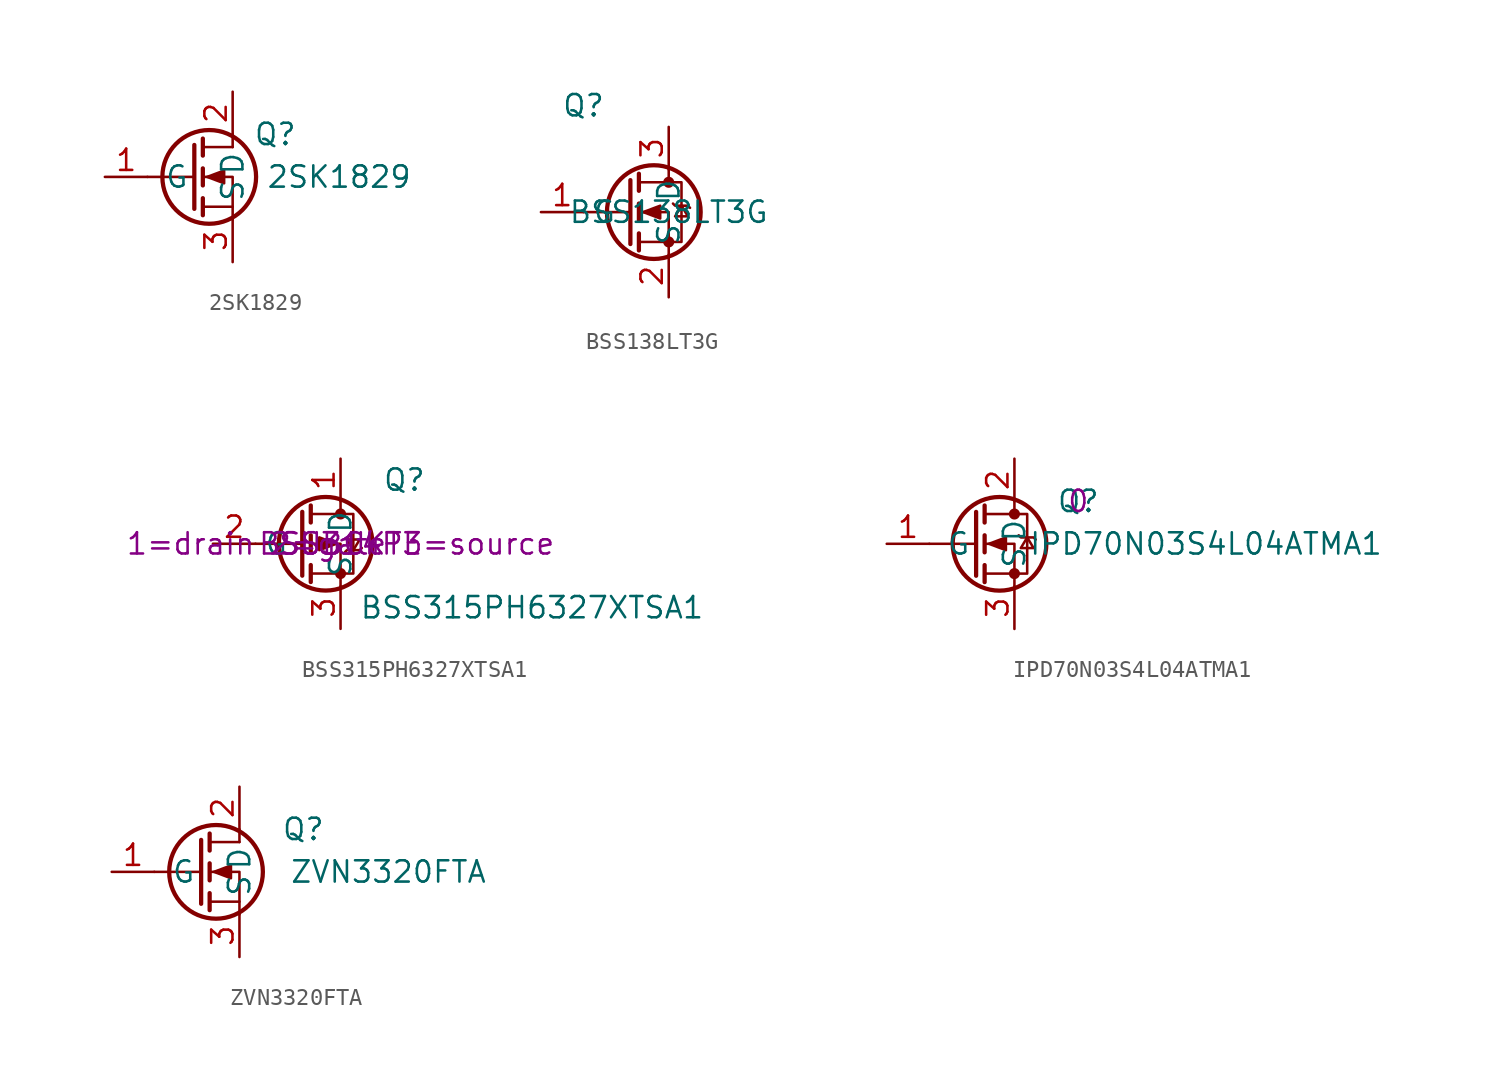
<source format=kicad_sym>
(kicad_symbol_lib
  (version 20220914)
  (generator kicad_symbol_editor)
  (symbol "2SK1829"
    (pin_names
      (offset 1.016))
    (property "Reference" "Q"
      (at 2.54 2.54 0)
      (effects (font (size 1.27 1.27))))
    (property "Value" "2SK1829"
      (at 6.35 0 0)
      (effects (font (size 1.27 1.27))))
    (symbol "2SK1829_1_1"
      (circle (center -1.397 0) (radius 2.794) (stroke (width 0.254) (type default)) (fill (type none)))
      (polyline (pts (xy -2.286 0) (xy -5.08 0)) (stroke (width 0) (type default)) (fill (type none)))
      (polyline (pts (xy -2.286 1.905) (xy -2.286 -1.905)) (stroke (width 0.254) (type default)) (fill (type none)))
      (polyline (pts (xy -1.778 -1.778) (xy 0 -1.778)) (stroke (width 0) (type default)) (fill (type none)))
      (polyline (pts (xy -1.778 -1.27) (xy -1.778 -2.286)) (stroke (width 0.254) (type default)) (fill (type none)))
      (polyline (pts (xy -1.778 0.508) (xy -1.778 -0.508)) (stroke (width 0.254) (type default)) (fill (type none)))
      (polyline (pts (xy -1.778 1.778) (xy 0 1.778)) (stroke (width 0) (type default)) (fill (type none)))
      (polyline (pts (xy -1.778 2.286) (xy -1.778 1.27)) (stroke (width 0.254) (type default)) (fill (type none)))
      (polyline (pts (xy 0 2.54) (xy 0 1.778)) (stroke (width 0) (type default)) (fill (type none)))
      (polyline (pts (xy 0 -2.54) (xy 0 0) (xy -1.778 0)) (stroke (width 0) (type default)) (fill (type none)))
      (polyline (pts (xy -1.524 0) (xy -0.508 0.381) (xy -0.508 -0.381) (xy -1.524 0)) (stroke (width 0) (type default)) (fill (type outline)))
      (pin input line (at -7.62 0 0) (length 2.54) (name "G" (effects (font (size 1.27 1.27)))) (number "1" (effects (font (size 1.27 1.27)))))
      (pin passive line (at 0 5.08 270) (length 2.54) (name "D" (effects (font (size 1.27 1.27)))) (number "2" (effects (font (size 1.27 1.27)))))
      (pin passive line (at 0 -5.08 90) (length 2.54) (name "S" (effects (font (size 1.27 1.27)))) (number "3" (effects (font (size 1.27 1.27)))))))
  (symbol "BSS138LT3G"
    (property "Reference" "Q"
      (at -5.08 6.35 0)
      (effects (font (size 1.27 1.27))))
    (property "Value" "BSS138LT3G"
      (at 0 0 0)
      (effects (font (size 1.27 1.27))))
    (symbol "BSS138LT3G_1_1"
      (circle (center -0.889 0) (radius 2.794) (stroke (width 0.254) (type default)) (fill (type none)))
      (circle (center 0 -1.778) (radius 0.254) (stroke (width 0) (type default)) (fill (type outline)))
      (polyline (pts (xy -2.286 0) (xy -5.08 0)) (stroke (width 0) (type default)) (fill (type none)))
      (polyline (pts (xy -2.286 1.905) (xy -2.286 -1.905)) (stroke (width 0.254) (type default)) (fill (type none)))
      (polyline (pts (xy -1.778 -1.27) (xy -1.778 -2.286)) (stroke (width 0.254) (type default)) (fill (type none)))
      (polyline (pts (xy -1.778 0.508) (xy -1.778 -0.508)) (stroke (width 0.254) (type default)) (fill (type none)))
      (polyline (pts (xy -1.778 2.286) (xy -1.778 1.27)) (stroke (width 0.254) (type default)) (fill (type none)))
      (polyline (pts (xy 0 2.54) (xy 0 1.778)) (stroke (width 0) (type default)) (fill (type none)))
      (polyline (pts (xy 0 -2.54) (xy 0 0) (xy -1.778 0)) (stroke (width 0) (type default)) (fill (type none)))
      (polyline (pts (xy -1.778 -1.778) (xy 0.762 -1.778) (xy 0.762 1.778) (xy -1.778 1.778)) (stroke (width 0) (type default)) (fill (type none)))
      (polyline (pts (xy -1.524 0) (xy -0.508 0.381) (xy -0.508 -0.381) (xy -1.524 0)) (stroke (width 0) (type default)) (fill (type outline)))
      (polyline (pts (xy 0.254 0.508) (xy 0.381 0.381) (xy 1.143 0.381) (xy 1.27 0.254)) (stroke (width 0) (type default)) (fill (type none)))
      (polyline (pts (xy 0.762 0.381) (xy 0.381 -0.254) (xy 1.143 -0.254) (xy 0.762 0.381)) (stroke (width 0) (type default)) (fill (type none)))
      (circle (center 0 1.778) (radius 0.254) (stroke (width 0) (type default)) (fill (type outline)))
      (pin input line (at -7.62 0 0) (length 2.54) (name "G" (effects (font (size 1.27 1.27)))) (number "1" (effects (font (size 1.27 1.27)))))
      (pin passive line (at 0 -5.08 90) (length 2.54) (name "S" (effects (font (size 1.27 1.27)))) (number "2" (effects (font (size 1.27 1.27)))))
      (pin passive line (at 0 5.08 270) (length 2.54) (name "D" (effects (font (size 1.27 1.27)))) (number "3" (effects (font (size 1.27 1.27)))))))
  (symbol "BSS315PH6327XTSA1"
    (property "Reference" "Q"
      (at 3.81 3.81 0)
      (effects (font (size 1.27 1.27))))
    (property "Value" "BSS315PH6327XTSA1"
      (at 11.43 -3.81 0)
      (effects (font (size 1.27 1.27))))
    (property "Sim.Library" ""
      (at 0 0 0)
      (effects (font (size 1.27 1.27))))
    (property "Sim.Name" "BSS314PE"
      (at 0 0 0)
      (effects (font (size 1.27 1.27))))
    (property "Sim.Device" "SUBCKT"
      (at 0 0 0)
      (effects (font (size 1.27 1.27))))
    (property "Sim.Pins" "1=drain 2=gate 3=source"
      (at 0 0 0)
      (effects (font (size 1.27 1.27))))
    (symbol "BSS315PH6327XTSA1_0_1"
      (circle (center -0.889 0) (radius 2.794) (stroke (width 0.254) (type default)) (fill (type none)))
      (circle (center 0 -1.778) (radius 0.254) (stroke (width 0) (type default)) (fill (type outline)))
      (polyline (pts (xy -2.286 0) (xy -5.08 0)) (stroke (width 0) (type default)) (fill (type none)))
      (polyline (pts (xy -2.286 1.905) (xy -2.286 -1.905)) (stroke (width 0.254) (type default)) (fill (type none)))
      (polyline (pts (xy -1.778 -1.27) (xy -1.778 -2.286)) (stroke (width 0.254) (type default)) (fill (type none)))
      (polyline (pts (xy -1.778 0.508) (xy -1.778 -0.508)) (stroke (width 0.254) (type default)) (fill (type none)))
      (polyline (pts (xy -1.778 2.286) (xy -1.778 1.27)) (stroke (width 0.254) (type default)) (fill (type none)))
      (polyline (pts (xy 0 2.54) (xy 0 1.778)) (stroke (width 0) (type default)) (fill (type none)))
      (polyline (pts (xy 0 -2.54) (xy 0 0) (xy -1.778 0)) (stroke (width 0) (type default)) (fill (type none)))
      (polyline (pts (xy -1.778 1.778) (xy 0.762 1.778) (xy 0.762 -1.778) (xy -1.778 -1.778)) (stroke (width 0) (type default)) (fill (type none)))
      (polyline (pts (xy -0.254 0) (xy -1.27 0.381) (xy -1.27 -0.381) (xy -0.254 0)) (stroke (width 0) (type default)) (fill (type outline)))
      (polyline (pts (xy 0.254 -0.508) (xy 0.381 -0.381) (xy 1.143 -0.381) (xy 1.27 -0.254)) (stroke (width 0) (type default)) (fill (type none)))
      (polyline (pts (xy 0.762 -0.381) (xy 0.381 0.254) (xy 1.143 0.254) (xy 0.762 -0.381)) (stroke (width 0) (type default)) (fill (type none)))
      (circle (center 0 1.778) (radius 0.254) (stroke (width 0) (type default)) (fill (type outline))))
    (symbol "BSS315PH6327XTSA1_1_1"
      (pin passive line (at 0 5.08 270) (length 2.54) (name "D" (effects (font (size 1.27 1.27)))) (number "1" (effects (font (size 1.27 1.27)))))
      (pin input line (at -7.62 0 0) (length 2.54) (name "G" (effects (font (size 1.27 1.27)))) (number "2" (effects (font (size 1.27 1.27)))))
      (pin passive line (at 0 -5.08 90) (length 2.54) (name "S" (effects (font (size 1.27 1.27)))) (number "3" (effects (font (size 1.27 1.27)))))))
  (symbol "IPD70N03S4L04ATMA1"
    (pin_names
      (offset 1.016))
    (property "Reference" "Q"
      (at 6.35 2.54 0)
      (effects (font (size 1.27 1.27))))
    (property "Value" "IPD70N03S4L04ATMA1"
      (at 13.97 0 0)
      (effects (font (size 1.27 1.27))))
    (property "Sim.Enable" "0"
      (at 6.35 2.54 0)
      (effects (font (size 1.27 1.27))))
    (symbol "IPD70N03S4L04ATMA1_1_1"
      (polyline (pts (xy 0.254 0) (xy -2.54 0)) (stroke (width 0) (type default)) (fill (type none)))
      (polyline (pts (xy 0.254 1.905) (xy 0.254 -1.905)) (stroke (width 0.254) (type default)) (fill (type none)))
      (polyline (pts (xy 0.762 -1.27) (xy 0.762 -2.286)) (stroke (width 0.254) (type default)) (fill (type none)))
      (polyline (pts (xy 0.762 0.508) (xy 0.762 -0.508)) (stroke (width 0.254) (type default)) (fill (type none)))
      (polyline (pts (xy 0.762 2.286) (xy 0.762 1.27)) (stroke (width 0.254) (type default)) (fill (type none)))
      (polyline (pts (xy 2.54 2.54) (xy 2.54 1.778)) (stroke (width 0) (type default)) (fill (type none)))
      (polyline (pts (xy 2.54 -2.54) (xy 2.54 0) (xy 0.762 0)) (stroke (width 0) (type default)) (fill (type none)))
      (polyline (pts (xy 0.762 -1.778) (xy 3.302 -1.778) (xy 3.302 1.778) (xy 0.762 1.778)) (stroke (width 0) (type default)) (fill (type none)))
      (polyline (pts (xy 1.016 0) (xy 2.032 0.381) (xy 2.032 -0.381) (xy 1.016 0)) (stroke (width 0) (type default)) (fill (type outline)))
      (polyline (pts (xy 2.794 0.508) (xy 2.921 0.381) (xy 3.683 0.381) (xy 3.81 0.254)) (stroke (width 0) (type default)) (fill (type none)))
      (polyline (pts (xy 3.302 0.381) (xy 2.921 -0.254) (xy 3.683 -0.254) (xy 3.302 0.381)) (stroke (width 0) (type default)) (fill (type none)))
      (circle (center 1.651 0) (radius 2.794) (stroke (width 0.254) (type default)) (fill (type none)))
      (circle (center 2.54 -1.778) (radius 0.254) (stroke (width 0) (type default)) (fill (type outline)))
      (circle (center 2.54 1.778) (radius 0.254) (stroke (width 0) (type default)) (fill (type outline)))
      (pin input line (at -5.08 0 0) (length 2.54) (name "G" (effects (font (size 1.27 1.27)))) (number "1" (effects (font (size 1.27 1.27)))))
      (pin passive line (at 2.54 5.08 270) (length 2.54) (name "D" (effects (font (size 1.27 1.27)))) (number "2" (effects (font (size 1.27 1.27)))))
      (pin passive line (at 2.54 -5.08 90) (length 2.54) (name "S" (effects (font (size 1.27 1.27)))) (number "3" (effects (font (size 1.27 1.27)))))))
  (symbol "ZVN3320FTA"
    (pin_names
      (offset 1.016))
    (property "Reference" "Q"
      (at 3.81 2.54 0)
      (effects (font (size 1.27 1.27))))
    (property "Value" "ZVN3320FTA"
      (at 8.89 0 0)
      (effects (font (size 1.27 1.27))))
    (symbol "ZVN3320FTA_1_1"
      (circle (center -1.397 0) (radius 2.794) (stroke (width 0.254) (type default)) (fill (type none)))
      (polyline (pts (xy -2.286 0) (xy -5.08 0)) (stroke (width 0) (type default)) (fill (type none)))
      (polyline (pts (xy -2.286 1.905) (xy -2.286 -1.905)) (stroke (width 0.254) (type default)) (fill (type none)))
      (polyline (pts (xy -1.778 -1.778) (xy 0 -1.778)) (stroke (width 0) (type default)) (fill (type none)))
      (polyline (pts (xy -1.778 -1.27) (xy -1.778 -2.286)) (stroke (width 0.254) (type default)) (fill (type none)))
      (polyline (pts (xy -1.778 0.508) (xy -1.778 -0.508)) (stroke (width 0.254) (type default)) (fill (type none)))
      (polyline (pts (xy -1.778 1.778) (xy 0 1.778)) (stroke (width 0) (type default)) (fill (type none)))
      (polyline (pts (xy -1.778 2.286) (xy -1.778 1.27)) (stroke (width 0.254) (type default)) (fill (type none)))
      (polyline (pts (xy 0 2.54) (xy 0 1.778)) (stroke (width 0) (type default)) (fill (type none)))
      (polyline (pts (xy 0 -2.54) (xy 0 0) (xy -1.778 0)) (stroke (width 0) (type default)) (fill (type none)))
      (polyline (pts (xy -1.524 0) (xy -0.508 0.381) (xy -0.508 -0.381) (xy -1.524 0)) (stroke (width 0) (type default)) (fill (type outline)))
      (pin input line (at -7.62 0 0) (length 2.54) (name "G" (effects (font (size 1.27 1.27)))) (number "1" (effects (font (size 1.27 1.27)))))
      (pin passive line (at 0 5.08 270) (length 2.54) (name "D" (effects (font (size 1.27 1.27)))) (number "2" (effects (font (size 1.27 1.27)))))
      (pin passive line (at 0 -5.08 90) (length 2.54) (name "S" (effects (font (size 1.27 1.27)))) (number "3" (effects (font (size 1.27 1.27))))))))
</source>
